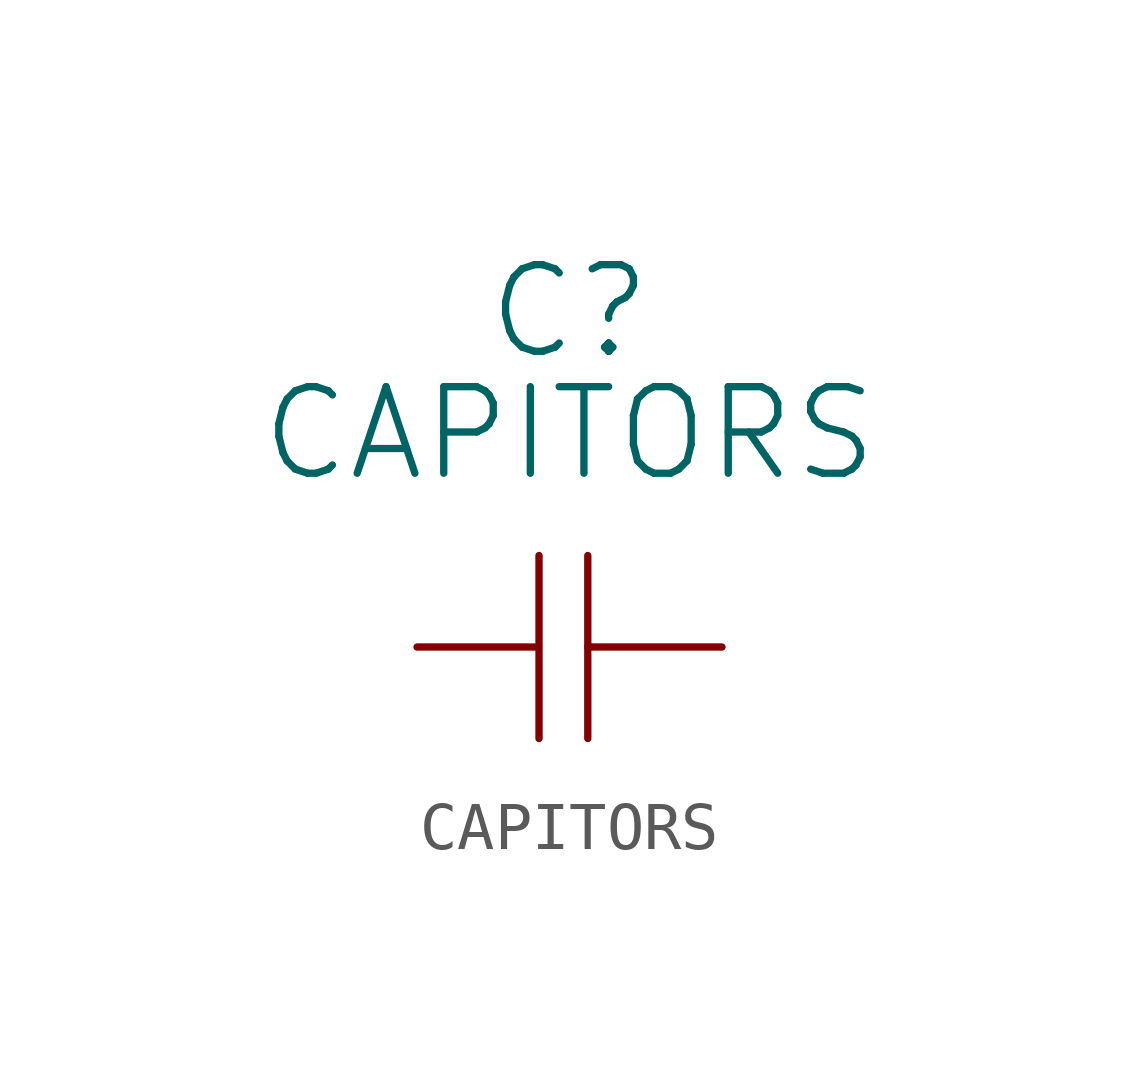
<source format=kicad_sym>
(kicad_symbol_lib
  (version 20211014)
  (generator kicad_symbol_editor)
  (symbol "CAPITORS"
    (pin_numbers hide)
    (pin_names
      (offset 1.016))
    (property "Reference" "C"
      (at 3.175 6.985 0)
      (effects (font (size 1.803 1.803))))
    (property "Value" "CAPITORS"
      (at 3.175 4.445 0)
      (effects (font (size 1.803 1.803))))
    (symbol "CAPITORS_0_1"
      (polyline (pts (xy 2.54 1.905) (xy 2.54 -1.905)) (stroke (width 0) (type default) (color 0 0 0 0)) (fill (type none)))
      (polyline (pts (xy 3.556 1.905) (xy 3.556 -1.905)) (stroke (width 0) (type default) (color 0 0 0 0)) (fill (type none))))
    (symbol "CAPITORS_1_1"
      (pin passive line (at 0 0 0) (length 2.489) (name "~" (effects (font (size 1.27 1.27)))) (number "1" (effects (font (size 1.27 1.27)))))
      (pin passive line (at 6.35 0 180) (length 2.794) (name "~" (effects (font (size 1.27 1.27)))) (number "2" (effects (font (size 1.27 1.27))))))))
</source>
